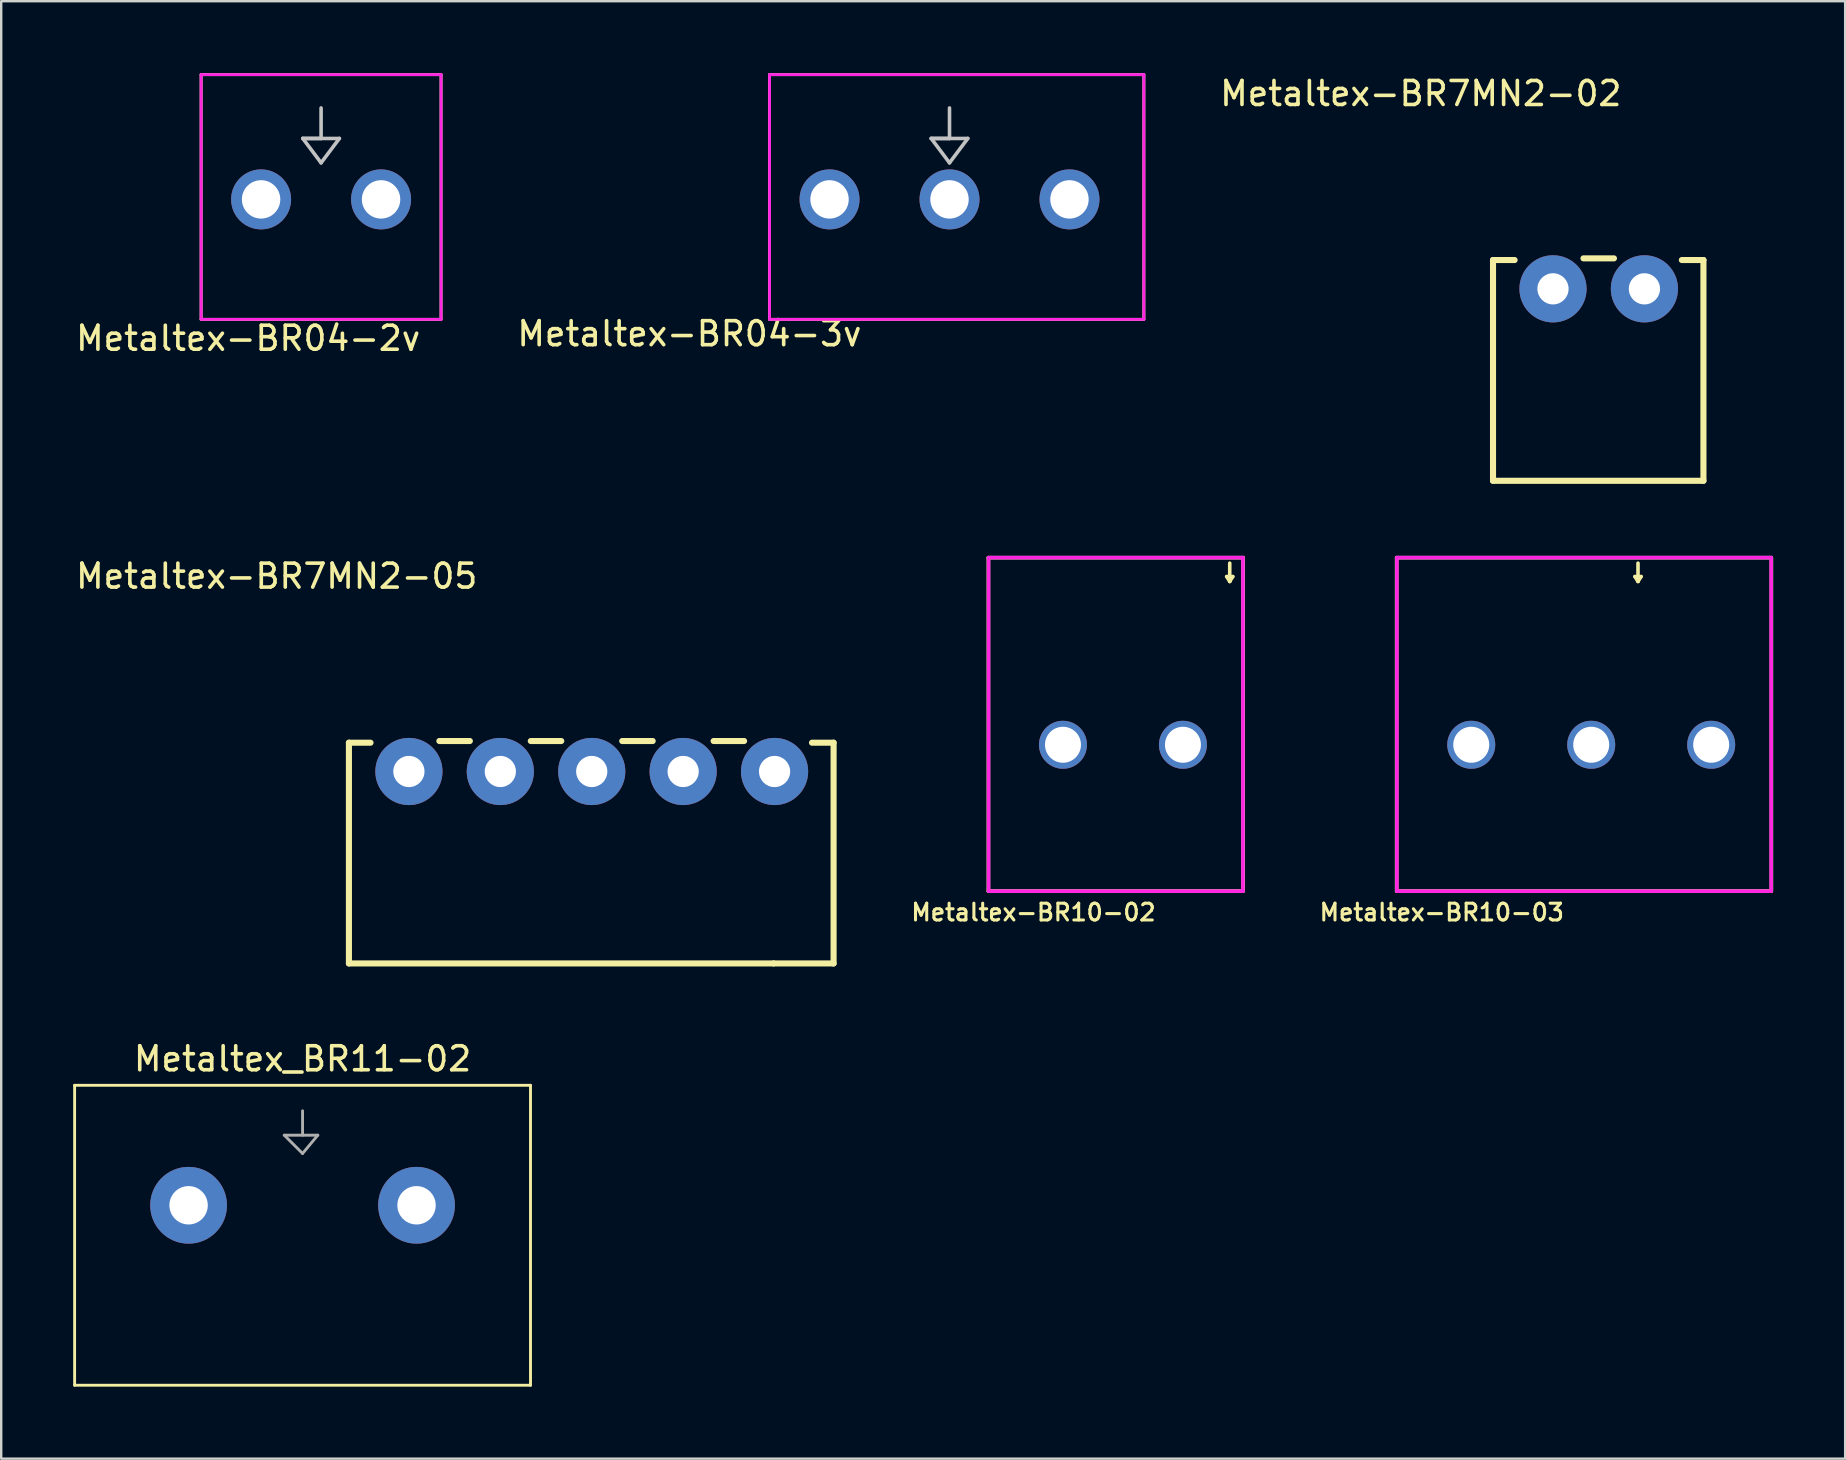
<source format=kicad_pcb>
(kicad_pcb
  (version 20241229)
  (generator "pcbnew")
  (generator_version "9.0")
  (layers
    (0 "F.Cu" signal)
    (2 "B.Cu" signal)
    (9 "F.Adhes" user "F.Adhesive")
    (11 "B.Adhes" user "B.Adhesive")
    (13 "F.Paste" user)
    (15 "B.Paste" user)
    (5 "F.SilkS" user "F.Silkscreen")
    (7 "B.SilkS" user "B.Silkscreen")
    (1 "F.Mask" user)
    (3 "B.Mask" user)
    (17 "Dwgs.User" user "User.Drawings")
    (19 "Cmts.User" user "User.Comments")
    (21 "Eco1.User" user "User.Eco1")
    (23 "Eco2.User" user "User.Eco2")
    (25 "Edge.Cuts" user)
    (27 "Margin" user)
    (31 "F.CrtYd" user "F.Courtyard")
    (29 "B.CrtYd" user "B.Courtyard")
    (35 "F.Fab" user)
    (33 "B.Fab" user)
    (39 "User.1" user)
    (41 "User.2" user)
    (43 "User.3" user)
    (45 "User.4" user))
  (footprint "Metaltex-BR04-2v"
    (layer "F.Cu")
    (at 10.332 5.26)
    (property "Reference" "Metaltex-BR04-2v" (at -3.04 5.79 0) (layer "F.SilkS") (effects (font (size 1 1) (thickness 0.15))))
    (attr through_hole)
    (fp_line (start -5 -5.2) (end -5 5) (stroke (width 0.12) (type solid)) (layer "F.SilkS"))
    (fp_line (start -5 -5.2) (end 5 -5.2) (stroke (width 0.12) (type solid)) (layer "F.SilkS"))
    (fp_line (start -5 5) (end 5 5) (stroke (width 0.12) (type solid)) (layer "F.SilkS"))
    (fp_line (start 5 -5.2) (end 5 5) (stroke (width 0.12) (type solid)) (layer "F.SilkS"))
    (fp_line (start -0.762 -2.54) (end 0 -2.54) (stroke (width 0.15) (type solid)) (layer "Dwgs.User"))
    (fp_line (start -0.762 -2.54) (end 0.762 -2.54) (stroke (width 0.15) (type solid)) (layer "Dwgs.User"))
    (fp_line (start 0 -2.54) (end 0 -3.81) (stroke (width 0.15) (type solid)) (layer "Dwgs.User"))
    (fp_line (start 0 -1.524) (end -0.762 -2.54) (stroke (width 0.15) (type solid)) (layer "Dwgs.User"))
    (fp_line (start 0.762 -2.54) (end 0 -1.524) (stroke (width 0.15) (type solid)) (layer "Dwgs.User"))
    (fp_line (start -5 -5.2) (end -5 5) (stroke (width 0.12) (type solid)) (layer "F.CrtYd"))
    (fp_line (start -5 -5.2) (end 5 -5.2) (stroke (width 0.12) (type solid)) (layer "F.CrtYd"))
    (fp_line (start -5 5) (end 5 5) (stroke (width 0.12) (type solid)) (layer "F.CrtYd"))
    (fp_line (start 5 -5.2) (end 5 5) (stroke (width 0.12) (type solid)) (layer "F.CrtYd"))
    (pad "1" thru_hole circle (at -2.5 0) (size 2.5 2.5) (drill 1.6) (layers "*.Cu" "*.Mask"))
    (pad "2" thru_hole circle (at 2.5 0) (size 2.5 2.5) (drill 1.6) (layers "*.Cu" "*.Mask")))
  (footprint "Metaltex-BR7MN2-05"
    (layer "F.Cu")
    (at 13.992 29.104)
    (property "Reference" "Metaltex-BR7MN2-05" (at -5.51 -8.14 0) (layer "F.SilkS") (effects (font (size 1 1) (thickness 0.15))))
    (attr through_hole)
    (fp_line (start -2.5 -1.2) (end -2.5 8) (stroke (width 0.254) (type solid)) (layer "F.SilkS"))
    (fp_line (start -2.5 -1.2) (end -1.6 -1.2) (stroke (width 0.254) (type solid)) (layer "F.SilkS"))
    (fp_line (start -2.5 8) (end 15.2 8) (stroke (width 0.254) (type solid)) (layer "F.SilkS"))
    (fp_line (start 1.27 -1.27) (end 2.54 -1.27) (stroke (width 0.254) (type solid)) (layer "F.SilkS"))
    (fp_line (start 5.08 -1.27) (end 6.35 -1.27) (stroke (width 0.254) (type solid)) (layer "F.SilkS"))
    (fp_line (start 8.89 -1.27) (end 10.16 -1.27) (stroke (width 0.254) (type solid)) (layer "F.SilkS"))
    (fp_line (start 12.7 -1.27) (end 13.97 -1.27) (stroke (width 0.254) (type solid)) (layer "F.SilkS"))
    (fp_line (start 15.2 8) (end 17.7 8) (stroke (width 0.254) (type solid)) (layer "F.SilkS"))
    (fp_line (start 17.7 -1.2) (end 16.8 -1.2) (stroke (width 0.254) (type solid)) (layer "F.SilkS"))
    (fp_line (start 17.7 8) (end 17.7 -1.2) (stroke (width 0.254) (type solid)) (layer "F.SilkS"))
    (pad "1" thru_hole circle (at 0 0) (size 2.8 2.8) (drill 1.3) (layers "*.Cu" "*.Mask"))
    (pad "2" thru_hole circle (at 3.81 0) (size 2.8 2.8) (drill 1.3) (layers "*.Cu" "*.Mask"))
    (pad "3" thru_hole circle (at 7.62 0) (size 2.8 2.8) (drill 1.3) (layers "*.Cu" "*.Mask"))
    (pad "4" thru_hole circle (at 11.43 0) (size 2.8 2.8) (drill 1.3) (layers "*.Cu" "*.Mask"))
    (pad "5" thru_hole circle (at 15.24 0) (size 2.8 2.8) (drill 1.3) (layers "*.Cu" "*.Mask")))
  (footprint "Metaltex-BR10-03"
    (layer "F.Cu")
    (at 60.468 27.99)
    (property "Reference" "Metaltex-BR10-03" (at -3.429 6.985 0) (layer "F.SilkS") (effects (font (size 0.7 0.7) (thickness 0.127))))
    (attr through_hole)
    (fp_line (start -5.309 -7.798) (end -5.309 6.096) (stroke (width 0.15) (type solid)) (layer "F.SilkS"))
    (fp_line (start -5.309 6.096) (end 10.3 6.096) (stroke (width 0.15) (type solid)) (layer "F.SilkS"))
    (fp_line (start 4.623 -7.01) (end 4.75 -6.807) (stroke (width 0.15) (type solid)) (layer "F.SilkS"))
    (fp_line (start 4.75 -7.569) (end 4.75 -6.807) (stroke (width 0.15) (type solid)) (layer "F.SilkS"))
    (fp_line (start 4.75 -6.807) (end 4.877 -7.01) (stroke (width 0.15) (type solid)) (layer "F.SilkS"))
    (fp_line (start 4.877 -7.01) (end 4.623 -7.01) (stroke (width 0.15) (type solid)) (layer "F.SilkS"))
    (fp_line (start 10.3 -7.798) (end -5.309 -7.798) (stroke (width 0.15) (type solid)) (layer "F.SilkS"))
    (fp_line (start 10.309 6.096) (end 10.309 -7.798) (stroke (width 0.15) (type solid)) (layer "F.SilkS"))
    (fp_line (start -5.3 -7.8) (end 10.3 -7.8) (stroke (width 0.15) (type solid)) (layer "F.CrtYd"))
    (fp_line (start -5.3 6.1) (end -5.3 -7.8) (stroke (width 0.15) (type solid)) (layer "F.CrtYd"))
    (fp_line (start 10.3 -7.8) (end 10.3 6.1) (stroke (width 0.15) (type solid)) (layer "F.CrtYd"))
    (fp_line (start 10.3 6.1) (end -5.3 6.1) (stroke (width 0.15) (type solid)) (layer "F.CrtYd"))
    (pad "1" thru_hole circle (at -2.2 0) (size 2 2) (drill 1.5) (layers "*.Cu" "*.Mask"))
    (pad "2" thru_hole circle (at 2.8 0) (size 2 2) (drill 1.5) (layers "*.Cu" "*.Mask"))
    (pad "3" thru_hole circle (at 7.8 0) (size 2 2) (drill 1.5) (layers "*.Cu" "*.Mask")))
  (footprint "Metaltex_BR11-02"
    (layer "F.Cu")
    (at 9.56 47.183)
    (property "Reference" "Metaltex_BR11-02" (at 0 -6.104 0) (layer "F.SilkS") (effects (font (size 1 1) (thickness 0.15))))
    (attr through_hole)
    (fp_line (start -9.5 -5) (end 9.5 -5) (stroke (width 0.12) (type solid)) (layer "F.SilkS"))
    (fp_line (start -9.5 7.5) (end -9.5 -5) (stroke (width 0.12) (type solid)) (layer "F.SilkS"))
    (fp_line (start -9.5 7.5) (end 9.5 7.5) (stroke (width 0.12) (type solid)) (layer "F.SilkS"))
    (fp_line (start 9.5 -5) (end 9.5 7.5) (stroke (width 0.12) (type solid)) (layer "F.SilkS"))
    (fp_line (start -0.762 -2.921) (end 0.635 -2.921) (stroke (width 0.12) (type solid)) (layer "F.Fab"))
    (fp_line (start 0 -3.937) (end 0 -2.921) (stroke (width 0.12) (type solid)) (layer "F.Fab"))
    (fp_line (start 0 -2.159) (end -0.762 -2.921) (stroke (width 0.12) (type solid)) (layer "F.Fab"))
    (fp_line (start 0.635 -2.921) (end 0 -2.159) (stroke (width 0.12) (type solid)) (layer "F.Fab"))
    (pad "1" thru_hole circle (at -4.75 0) (size 3.2 3.2) (drill 1.6) (layers "*.Cu" "*.Mask"))
    (pad "2" thru_hole circle (at 4.75 0) (size 3.2 3.2) (drill 1.6) (layers "*.Cu" "*.Mask")))
  (footprint "Metaltex-BR7MN2-02"
    (layer "F.Cu")
    (at 61.675 8.988)
    (property "Reference" "Metaltex-BR7MN2-02" (at -5.51 -8.14 0) (layer "F.SilkS") (effects (font (size 1 1) (thickness 0.15))))
    (attr through_hole)
    (fp_line (start -2.5 -1.2) (end -2.5 8) (stroke (width 0.254) (type solid)) (layer "F.SilkS"))
    (fp_line (start -2.5 -1.2) (end -1.6 -1.2) (stroke (width 0.254) (type solid)) (layer "F.SilkS"))
    (fp_line (start -2.5 8) (end 6.27 8) (stroke (width 0.254) (type solid)) (layer "F.SilkS"))
    (fp_line (start 1.27 -1.27) (end 2.54 -1.27) (stroke (width 0.254) (type solid)) (layer "F.SilkS"))
    (fp_line (start 6.27 -1.2) (end 5.37 -1.2) (stroke (width 0.254) (type solid)) (layer "F.SilkS"))
    (fp_line (start 6.27 8) (end 6.27 -1.2) (stroke (width 0.254) (type solid)) (layer "F.SilkS"))
    (pad "1" thru_hole circle (at 0 0) (size 2.8 2.8) (drill 1.3) (layers "*.Cu" "*.Mask"))
    (pad "2" thru_hole circle (at 3.81 0) (size 2.8 2.8) (drill 1.3) (layers "*.Cu" "*.Mask")))
  (footprint "Metaltex-BR04-3v"
    (layer "F.Cu")
    (at 34.023 5.26)
    (property "Reference" "Metaltex-BR04-3v" (at -8.34 5.6 0) (layer "F.SilkS") (effects (font (size 1 1) (thickness 0.15))))
    (attr through_hole)
    (fp_line (start -5 -5.2) (end -5 5) (stroke (width 0.12) (type solid)) (layer "F.SilkS"))
    (fp_line (start -5 -5.2) (end 10.6 -5.2) (stroke (width 0.12) (type solid)) (layer "F.SilkS"))
    (fp_line (start -5 5) (end 10.6 5) (stroke (width 0.12) (type solid)) (layer "F.SilkS"))
    (fp_line (start 10.6 -5.2) (end 10.6 5) (stroke (width 0.12) (type solid)) (layer "F.SilkS"))
    (fp_line (start 1.738 -2.54) (end 2.5 -2.54) (stroke (width 0.15) (type solid)) (layer "Dwgs.User"))
    (fp_line (start 1.738 -2.54) (end 3.262 -2.54) (stroke (width 0.15) (type solid)) (layer "Dwgs.User"))
    (fp_line (start 2.5 -2.54) (end 2.5 -3.81) (stroke (width 0.15) (type solid)) (layer "Dwgs.User"))
    (fp_line (start 2.5 -1.524) (end 1.738 -2.54) (stroke (width 0.15) (type solid)) (layer "Dwgs.User"))
    (fp_line (start 3.262 -2.54) (end 2.5 -1.524) (stroke (width 0.15) (type solid)) (layer "Dwgs.User"))
    (fp_line (start -5 -5.2) (end -5 5) (stroke (width 0.12) (type solid)) (layer "F.CrtYd"))
    (fp_line (start -5 -5.2) (end 10.6 -5.2) (stroke (width 0.12) (type solid)) (layer "F.CrtYd"))
    (fp_line (start -5 5) (end 10.6 5) (stroke (width 0.12) (type solid)) (layer "F.CrtYd"))
    (fp_line (start 10.6 -5.2) (end 10.6 5) (stroke (width 0.12) (type solid)) (layer "F.CrtYd"))
    (pad "1" thru_hole circle (at -2.5 0) (size 2.5 2.5) (drill 1.6) (layers "*.Cu" "*.Mask"))
    (pad "2" thru_hole circle (at 2.5 0) (size 2.5 2.5) (drill 1.6) (layers "*.Cu" "*.Mask"))
    (pad "3" thru_hole circle (at 7.5 0) (size 2.5 2.5) (drill 1.6) (layers "*.Cu" "*.Mask")))
  (footprint "Metaltex-BR10-02"
    (layer "F.Cu")
    (at 43.452 27.99)
    (property "Reference" "Metaltex-BR10-02" (at -3.429 6.985 0) (layer "F.SilkS") (effects (font (size 0.7 0.7) (thickness 0.127))))
    (attr through_hole)
    (fp_line (start -5.309 -7.798) (end -5.309 6.096) (stroke (width 0.15) (type solid)) (layer "F.SilkS"))
    (fp_line (start -5.309 6.096) (end 5.309 6.096) (stroke (width 0.15) (type solid)) (layer "F.SilkS"))
    (fp_line (start 4.623 -7.01) (end 4.75 -6.807) (stroke (width 0.15) (type solid)) (layer "F.SilkS"))
    (fp_line (start 4.75 -7.569) (end 4.75 -6.807) (stroke (width 0.15) (type solid)) (layer "F.SilkS"))
    (fp_line (start 4.75 -6.807) (end 4.877 -7.01) (stroke (width 0.15) (type solid)) (layer "F.SilkS"))
    (fp_line (start 4.877 -7.01) (end 4.623 -7.01) (stroke (width 0.15) (type solid)) (layer "F.SilkS"))
    (fp_line (start 5.309 -7.798) (end -5.309 -7.798) (stroke (width 0.15) (type solid)) (layer "F.SilkS"))
    (fp_line (start 5.309 6.096) (end 5.309 -7.798) (stroke (width 0.15) (type solid)) (layer "F.SilkS"))
    (fp_line (start -5.3 -7.8) (end 5.3 -7.8) (stroke (width 0.15) (type solid)) (layer "F.CrtYd"))
    (fp_line (start -5.3 6.1) (end -5.3 -7.8) (stroke (width 0.15) (type solid)) (layer "F.CrtYd"))
    (fp_line (start 5.3 -7.8) (end 5.3 6.1) (stroke (width 0.15) (type solid)) (layer "F.CrtYd"))
    (fp_line (start 5.3 6.1) (end -5.3 6.1) (stroke (width 0.15) (type solid)) (layer "F.CrtYd"))
    (pad "1" thru_hole circle (at -2.2 0) (size 2 2) (drill 1.5) (layers "*.Cu" "*.Mask"))
    (pad "2" thru_hole circle (at 2.8 0) (size 2 2) (drill 1.5) (layers "*.Cu" "*.Mask")))
  (gr_rect
    (start -3 -3)
    (end 73.852 57.743)
    (stroke (width 0.1) (type default))
    (fill no)
    (layer "Edge.Cuts")))
</source>
